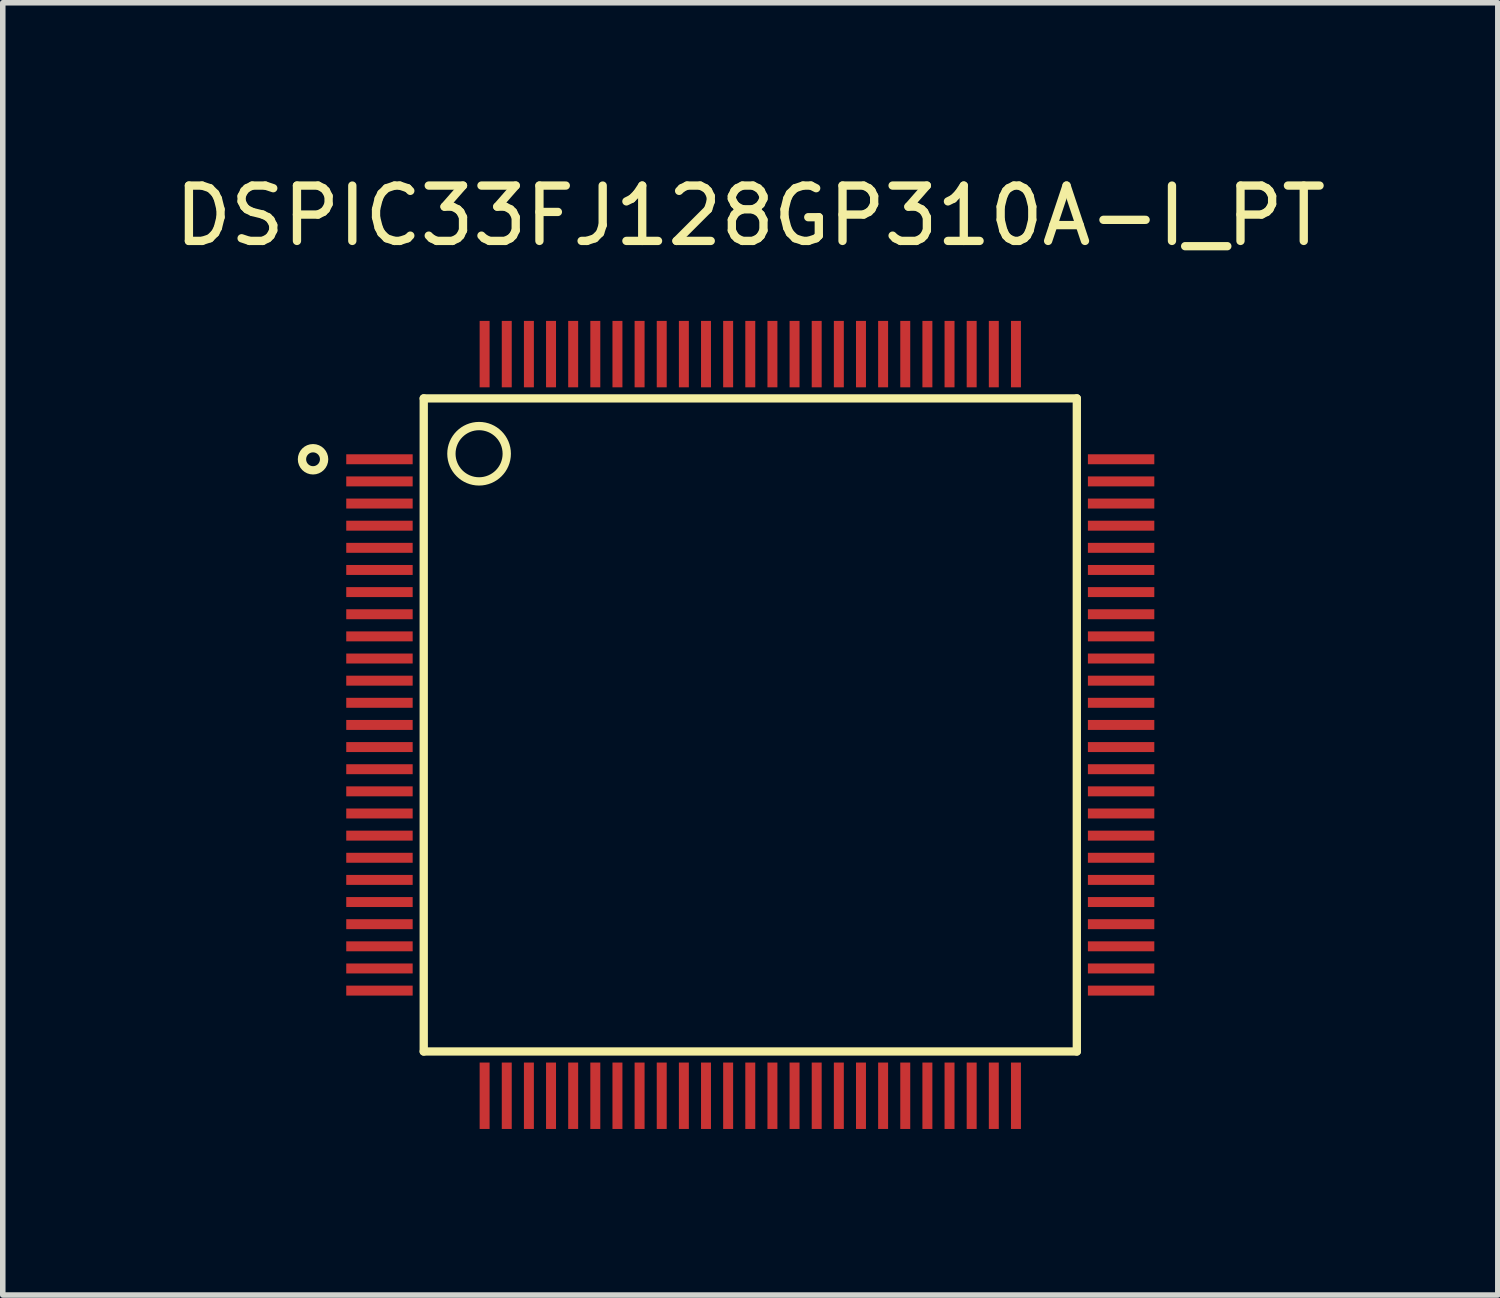
<source format=kicad_pcb>
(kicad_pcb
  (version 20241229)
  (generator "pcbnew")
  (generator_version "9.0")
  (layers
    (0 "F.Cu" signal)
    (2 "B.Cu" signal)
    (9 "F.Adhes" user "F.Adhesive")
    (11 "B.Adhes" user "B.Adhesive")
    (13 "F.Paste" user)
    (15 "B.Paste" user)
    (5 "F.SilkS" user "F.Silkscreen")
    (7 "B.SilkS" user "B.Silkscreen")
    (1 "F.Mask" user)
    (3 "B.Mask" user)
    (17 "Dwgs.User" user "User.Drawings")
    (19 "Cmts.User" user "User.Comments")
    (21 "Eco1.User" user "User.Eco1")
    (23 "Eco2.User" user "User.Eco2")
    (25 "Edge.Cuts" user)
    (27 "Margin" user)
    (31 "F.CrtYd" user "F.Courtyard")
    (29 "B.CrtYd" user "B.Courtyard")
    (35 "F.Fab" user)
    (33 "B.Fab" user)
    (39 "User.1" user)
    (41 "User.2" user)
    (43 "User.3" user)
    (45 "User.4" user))
  (footprint "DSPIC33FJ128GP310A-I_PT"
    (layer "F.Cu")
    (at 3.806 3.348)
    (property "Reference" "DSPIC33FJ128GP310A-I_PT" (at 6.7 -2.5 0) (layer "F.SilkS") (effects (font (size 1 1) (thickness 0.15))))
    (attr through_hole)
    (fp_line (start 0.8 0.8) (end 0.8 12.6) (stroke (width 0.15) (type solid)) (layer "F.SilkS"))
    (fp_line (start 0.8 0.8) (end 12.6 0.8) (stroke (width 0.15) (type solid)) (layer "F.SilkS"))
    (fp_line (start 0.8 12.6) (end 12.6 12.6) (stroke (width 0.15) (type solid)) (layer "F.SilkS"))
    (fp_line (start 12.6 12.6) (end 12.6 0.8) (stroke (width 0.15) (type solid)) (layer "F.SilkS"))
    (fp_circle (center -1.2 1.9) (end -1.2 1.7) (stroke (width 0.15) (type solid)) (fill no) (layer "F.SilkS"))
    (fp_circle (center 1.8 1.8) (end 1.8 1.3) (stroke (width 0.15) (type solid)) (fill no) (layer "F.SilkS"))
    (pad "1" smd rect (at 0 1.9) (size 1.2 0.18) (layers "F.Cu" "F.Mask" "F.Paste"))
    (pad "2" smd rect (at 0 2.3) (size 1.2 0.18) (layers "F.Cu" "F.Mask" "F.Paste"))
    (pad "3" smd rect (at 0 2.7) (size 1.2 0.18) (layers "F.Cu" "F.Mask" "F.Paste"))
    (pad "4" smd rect (at 0 3.1) (size 1.2 0.18) (layers "F.Cu" "F.Mask" "F.Paste"))
    (pad "5" smd rect (at 0 3.5) (size 1.2 0.18) (layers "F.Cu" "F.Mask" "F.Paste"))
    (pad "6" smd rect (at 0 3.9) (size 1.2 0.18) (layers "F.Cu" "F.Mask" "F.Paste"))
    (pad "7" smd rect (at 0 4.3) (size 1.2 0.18) (layers "F.Cu" "F.Mask" "F.Paste"))
    (pad "8" smd rect (at 0 4.7) (size 1.2 0.18) (layers "F.Cu" "F.Mask" "F.Paste"))
    (pad "9" smd rect (at 0 5.1) (size 1.2 0.18) (layers "F.Cu" "F.Mask" "F.Paste"))
    (pad "10" smd rect (at 0 5.5) (size 1.2 0.18) (layers "F.Cu" "F.Mask" "F.Paste"))
    (pad "11" smd rect (at 0 5.9) (size 1.2 0.18) (layers "F.Cu" "F.Mask" "F.Paste"))
    (pad "12" smd rect (at 0 6.3) (size 1.2 0.18) (layers "F.Cu" "F.Mask" "F.Paste"))
    (pad "13" smd rect (at 0 6.7) (size 1.2 0.18) (layers "F.Cu" "F.Mask" "F.Paste"))
    (pad "14" smd rect (at 0 7.1) (size 1.2 0.18) (layers "F.Cu" "F.Mask" "F.Paste"))
    (pad "15" smd rect (at 0 7.5) (size 1.2 0.18) (layers "F.Cu" "F.Mask" "F.Paste"))
    (pad "16" smd rect (at 0 7.9) (size 1.2 0.18) (layers "F.Cu" "F.Mask" "F.Paste"))
    (pad "17" smd rect (at 0 8.3) (size 1.2 0.18) (layers "F.Cu" "F.Mask" "F.Paste"))
    (pad "18" smd rect (at 0 8.7) (size 1.2 0.18) (layers "F.Cu" "F.Mask" "F.Paste"))
    (pad "19" smd rect (at 0 9.1) (size 1.2 0.18) (layers "F.Cu" "F.Mask" "F.Paste"))
    (pad "20" smd rect (at 0 9.5) (size 1.2 0.18) (layers "F.Cu" "F.Mask" "F.Paste"))
    (pad "21" smd rect (at 0 9.9) (size 1.2 0.18) (layers "F.Cu" "F.Mask" "F.Paste"))
    (pad "22" smd rect (at 0 10.3) (size 1.2 0.18) (layers "F.Cu" "F.Mask" "F.Paste"))
    (pad "23" smd rect (at 0 10.7) (size 1.2 0.18) (layers "F.Cu" "F.Mask" "F.Paste"))
    (pad "24" smd rect (at 0 11.1) (size 1.2 0.18) (layers "F.Cu" "F.Mask" "F.Paste"))
    (pad "25" smd rect (at 0 11.5) (size 1.2 0.18) (layers "F.Cu" "F.Mask" "F.Paste"))
    (pad "26" smd rect (at 1.9 13.4) (size 0.18 1.2) (layers "F.Cu" "F.Mask" "F.Paste"))
    (pad "27" smd rect (at 2.3 13.4) (size 0.18 1.2) (layers "F.Cu" "F.Mask" "F.Paste"))
    (pad "28" smd rect (at 2.7 13.4) (size 0.18 1.2) (layers "F.Cu" "F.Mask" "F.Paste"))
    (pad "29" smd rect (at 3.1 13.4) (size 0.18 1.2) (layers "F.Cu" "F.Mask" "F.Paste"))
    (pad "30" smd rect (at 3.5 13.4) (size 0.18 1.2) (layers "F.Cu" "F.Mask" "F.Paste"))
    (pad "31" smd rect (at 3.9 13.4) (size 0.18 1.2) (layers "F.Cu" "F.Mask" "F.Paste"))
    (pad "32" smd rect (at 4.3 13.4) (size 0.18 1.2) (layers "F.Cu" "F.Mask" "F.Paste"))
    (pad "33" smd rect (at 4.7 13.4) (size 0.18 1.2) (layers "F.Cu" "F.Mask" "F.Paste"))
    (pad "34" smd rect (at 5.1 13.4) (size 0.18 1.2) (layers "F.Cu" "F.Mask" "F.Paste"))
    (pad "35" smd rect (at 5.5 13.4) (size 0.18 1.2) (layers "F.Cu" "F.Mask" "F.Paste"))
    (pad "36" smd rect (at 5.9 13.4) (size 0.18 1.2) (layers "F.Cu" "F.Mask" "F.Paste"))
    (pad "37" smd rect (at 6.3 13.4) (size 0.18 1.2) (layers "F.Cu" "F.Mask" "F.Paste"))
    (pad "38" smd rect (at 6.7 13.4) (size 0.18 1.2) (layers "F.Cu" "F.Mask" "F.Paste"))
    (pad "39" smd rect (at 7.1 13.4) (size 0.18 1.2) (layers "F.Cu" "F.Mask" "F.Paste"))
    (pad "40" smd rect (at 7.5 13.4) (size 0.18 1.2) (layers "F.Cu" "F.Mask" "F.Paste"))
    (pad "41" smd rect (at 7.9 13.4) (size 0.18 1.2) (layers "F.Cu" "F.Mask" "F.Paste"))
    (pad "42" smd rect (at 8.3 13.4) (size 0.18 1.2) (layers "F.Cu" "F.Mask" "F.Paste"))
    (pad "43" smd rect (at 8.7 13.4) (size 0.18 1.2) (layers "F.Cu" "F.Mask" "F.Paste"))
    (pad "44" smd rect (at 9.1 13.4) (size 0.18 1.2) (layers "F.Cu" "F.Mask" "F.Paste"))
    (pad "45" smd rect (at 9.5 13.4) (size 0.18 1.2) (layers "F.Cu" "F.Mask" "F.Paste"))
    (pad "46" smd rect (at 9.9 13.4) (size 0.18 1.2) (layers "F.Cu" "F.Mask" "F.Paste"))
    (pad "47" smd rect (at 10.3 13.4) (size 0.18 1.2) (layers "F.Cu" "F.Mask" "F.Paste"))
    (pad "48" smd rect (at 10.7 13.4) (size 0.18 1.2) (layers "F.Cu" "F.Mask" "F.Paste"))
    (pad "49" smd rect (at 11.1 13.4) (size 0.18 1.2) (layers "F.Cu" "F.Mask" "F.Paste"))
    (pad "50" smd rect (at 11.5 13.4) (size 0.18 1.2) (layers "F.Cu" "F.Mask" "F.Paste"))
    (pad "51" smd rect (at 13.4 11.5) (size 1.2 0.18) (layers "F.Cu" "F.Mask" "F.Paste"))
    (pad "52" smd rect (at 13.4 11.1) (size 1.2 0.18) (layers "F.Cu" "F.Mask" "F.Paste"))
    (pad "53" smd rect (at 13.4 10.7) (size 1.2 0.18) (layers "F.Cu" "F.Mask" "F.Paste"))
    (pad "54" smd rect (at 13.4 10.3) (size 1.2 0.18) (layers "F.Cu" "F.Mask" "F.Paste"))
    (pad "55" smd rect (at 13.4 9.9) (size 1.2 0.18) (layers "F.Cu" "F.Mask" "F.Paste"))
    (pad "56" smd rect (at 13.4 9.5) (size 1.2 0.18) (layers "F.Cu" "F.Mask" "F.Paste"))
    (pad "57" smd rect (at 13.4 9.1) (size 1.2 0.18) (layers "F.Cu" "F.Mask" "F.Paste"))
    (pad "58" smd rect (at 13.4 8.7) (size 1.2 0.18) (layers "F.Cu" "F.Mask" "F.Paste"))
    (pad "59" smd rect (at 13.4 8.3) (size 1.2 0.18) (layers "F.Cu" "F.Mask" "F.Paste"))
    (pad "60" smd rect (at 13.4 7.9) (size 1.2 0.18) (layers "F.Cu" "F.Mask" "F.Paste"))
    (pad "61" smd rect (at 13.4 7.5) (size 1.2 0.18) (layers "F.Cu" "F.Mask" "F.Paste"))
    (pad "62" smd rect (at 13.4 7.1) (size 1.2 0.18) (layers "F.Cu" "F.Mask" "F.Paste"))
    (pad "63" smd rect (at 13.4 6.7) (size 1.2 0.18) (layers "F.Cu" "F.Mask" "F.Paste"))
    (pad "64" smd rect (at 13.4 6.3) (size 1.2 0.18) (layers "F.Cu" "F.Mask" "F.Paste"))
    (pad "65" smd rect (at 13.4 5.9) (size 1.2 0.18) (layers "F.Cu" "F.Mask" "F.Paste"))
    (pad "66" smd rect (at 13.4 5.5) (size 1.2 0.18) (layers "F.Cu" "F.Mask" "F.Paste"))
    (pad "67" smd rect (at 13.4 5.1) (size 1.2 0.18) (layers "F.Cu" "F.Mask" "F.Paste"))
    (pad "68" smd rect (at 13.4 4.7) (size 1.2 0.18) (layers "F.Cu" "F.Mask" "F.Paste"))
    (pad "69" smd rect (at 13.4 4.3) (size 1.2 0.18) (layers "F.Cu" "F.Mask" "F.Paste"))
    (pad "70" smd rect (at 13.4 3.9) (size 1.2 0.18) (layers "F.Cu" "F.Mask" "F.Paste"))
    (pad "71" smd rect (at 13.4 3.5) (size 1.2 0.18) (layers "F.Cu" "F.Mask" "F.Paste"))
    (pad "72" smd rect (at 13.4 3.1) (size 1.2 0.18) (layers "F.Cu" "F.Mask" "F.Paste"))
    (pad "73" smd rect (at 13.4 2.7) (size 1.2 0.18) (layers "F.Cu" "F.Mask" "F.Paste"))
    (pad "74" smd rect (at 13.4 2.3) (size 1.2 0.18) (layers "F.Cu" "F.Mask" "F.Paste"))
    (pad "75" smd rect (at 13.4 1.9) (size 1.2 0.18) (layers "F.Cu" "F.Mask" "F.Paste"))
    (pad "76" smd rect (at 11.5 0) (size 0.18 1.2) (layers "F.Cu" "F.Mask" "F.Paste"))
    (pad "77" smd rect (at 11.1 0) (size 0.18 1.2) (layers "F.Cu" "F.Mask" "F.Paste"))
    (pad "78" smd rect (at 10.7 0) (size 0.18 1.2) (layers "F.Cu" "F.Mask" "F.Paste"))
    (pad "79" smd rect (at 10.3 0) (size 0.18 1.2) (layers "F.Cu" "F.Mask" "F.Paste"))
    (pad "80" smd rect (at 9.9 0) (size 0.18 1.2) (layers "F.Cu" "F.Mask" "F.Paste"))
    (pad "81" smd rect (at 9.5 0) (size 0.18 1.2) (layers "F.Cu" "F.Mask" "F.Paste"))
    (pad "82" smd rect (at 9.1 0) (size 0.18 1.2) (layers "F.Cu" "F.Mask" "F.Paste"))
    (pad "83" smd rect (at 8.7 0) (size 0.18 1.2) (layers "F.Cu" "F.Mask" "F.Paste"))
    (pad "84" smd rect (at 8.3 0) (size 0.18 1.2) (layers "F.Cu" "F.Mask" "F.Paste"))
    (pad "85" smd rect (at 7.9 0) (size 0.18 1.2) (layers "F.Cu" "F.Mask" "F.Paste"))
    (pad "86" smd rect (at 7.5 0) (size 0.18 1.2) (layers "F.Cu" "F.Mask" "F.Paste"))
    (pad "87" smd rect (at 7.1 0) (size 0.18 1.2) (layers "F.Cu" "F.Mask" "F.Paste"))
    (pad "88" smd rect (at 6.7 0) (size 0.18 1.2) (layers "F.Cu" "F.Mask" "F.Paste"))
    (pad "89" smd rect (at 6.3 0) (size 0.18 1.2) (layers "F.Cu" "F.Mask" "F.Paste"))
    (pad "90" smd rect (at 5.9 0) (size 0.18 1.2) (layers "F.Cu" "F.Mask" "F.Paste"))
    (pad "91" smd rect (at 5.5 0) (size 0.18 1.2) (layers "F.Cu" "F.Mask" "F.Paste"))
    (pad "92" smd rect (at 5.1 0) (size 0.18 1.2) (layers "F.Cu" "F.Mask" "F.Paste"))
    (pad "93" smd rect (at 4.7 0) (size 0.18 1.2) (layers "F.Cu" "F.Mask" "F.Paste"))
    (pad "94" smd rect (at 4.3 0) (size 0.18 1.2) (layers "F.Cu" "F.Mask" "F.Paste"))
    (pad "95" smd rect (at 3.9 0) (size 0.18 1.2) (layers "F.Cu" "F.Mask" "F.Paste"))
    (pad "96" smd rect (at 3.5 0) (size 0.18 1.2) (layers "F.Cu" "F.Mask" "F.Paste"))
    (pad "97" smd rect (at 3.1 0) (size 0.18 1.2) (layers "F.Cu" "F.Mask" "F.Paste"))
    (pad "98" smd rect (at 2.7 0) (size 0.18 1.2) (layers "F.Cu" "F.Mask" "F.Paste"))
    (pad "99" smd rect (at 2.3 0) (size 0.18 1.2) (layers "F.Cu" "F.Mask" "F.Paste"))
    (pad "100" smd rect (at 1.9 0) (size 0.18 1.2) (layers "F.Cu" "F.Mask" "F.Paste")))
  (gr_rect
    (start -3 -3)
    (end 24.012 20.348)
    (stroke (width 0.1) (type default))
    (fill no)
    (layer "Edge.Cuts")))
</source>
